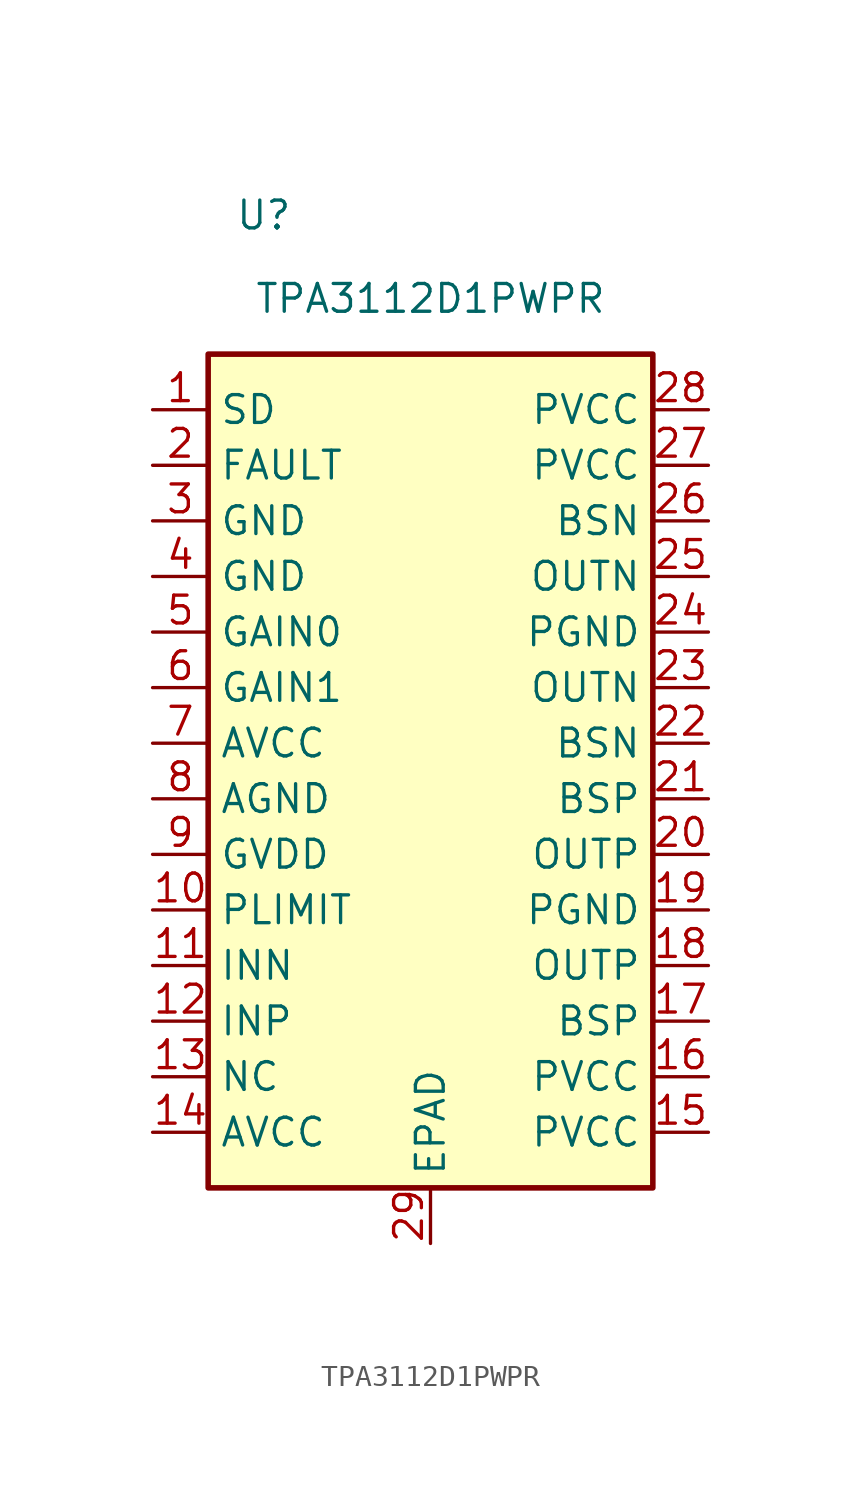
<source format=kicad_sym>
(kicad_symbol_lib
  (version 20220914)
  (generator kicad_symbol_editor)
  (symbol "TPA3112D1PWPR"
    (property "Reference" "U"
      (at 2.54 3.81 0)
      (effects (font (size 1.27 1.27))))
    (property "Value" "TPA3112D1PWPR"
      (at 10.16 0 0)
      (effects (font (size 1.27 1.27))))
    (symbol "TPA3112D1PWPR_0_1"
      (rectangle (start 0 -2.54) (end 20.32 -40.64) (stroke (width 0.254) (type default)) (fill (type background))))
    (symbol "TPA3112D1PWPR_1_1"
      (pin unspecified line (at -2.54 -5.08 0) (length 2.54) (name "SD" (effects (font (size 1.27 1.27)))) (number "1" (effects (font (size 1.27 1.27)))))
      (pin unspecified line (at -2.54 -27.94 0) (length 2.54) (name "PLIMIT" (effects (font (size 1.27 1.27)))) (number "10" (effects (font (size 1.27 1.27)))))
      (pin unspecified line (at -2.54 -30.48 0) (length 2.54) (name "INN" (effects (font (size 1.27 1.27)))) (number "11" (effects (font (size 1.27 1.27)))))
      (pin unspecified line (at -2.54 -33.02 0) (length 2.54) (name "INP" (effects (font (size 1.27 1.27)))) (number "12" (effects (font (size 1.27 1.27)))))
      (pin unspecified line (at -2.54 -35.56 0) (length 2.54) (name "NC" (effects (font (size 1.27 1.27)))) (number "13" (effects (font (size 1.27 1.27)))))
      (pin unspecified line (at -2.54 -38.1 0) (length 2.54) (name "AVCC" (effects (font (size 1.27 1.27)))) (number "14" (effects (font (size 1.27 1.27)))))
      (pin unspecified line (at 22.86 -38.1 180) (length 2.54) (name "PVCC" (effects (font (size 1.27 1.27)))) (number "15" (effects (font (size 1.27 1.27)))))
      (pin unspecified line (at 22.86 -35.56 180) (length 2.54) (name "PVCC" (effects (font (size 1.27 1.27)))) (number "16" (effects (font (size 1.27 1.27)))))
      (pin unspecified line (at 22.86 -33.02 180) (length 2.54) (name "BSP" (effects (font (size 1.27 1.27)))) (number "17" (effects (font (size 1.27 1.27)))))
      (pin unspecified line (at 22.86 -30.48 180) (length 2.54) (name "OUTP" (effects (font (size 1.27 1.27)))) (number "18" (effects (font (size 1.27 1.27)))))
      (pin unspecified line (at 22.86 -27.94 180) (length 2.54) (name "PGND" (effects (font (size 1.27 1.27)))) (number "19" (effects (font (size 1.27 1.27)))))
      (pin unspecified line (at -2.54 -7.62 0) (length 2.54) (name "FAULT" (effects (font (size 1.27 1.27)))) (number "2" (effects (font (size 1.27 1.27)))))
      (pin unspecified line (at 22.86 -25.4 180) (length 2.54) (name "OUTP" (effects (font (size 1.27 1.27)))) (number "20" (effects (font (size 1.27 1.27)))))
      (pin unspecified line (at 22.86 -22.86 180) (length 2.54) (name "BSP" (effects (font (size 1.27 1.27)))) (number "21" (effects (font (size 1.27 1.27)))))
      (pin unspecified line (at 22.86 -20.32 180) (length 2.54) (name "BSN" (effects (font (size 1.27 1.27)))) (number "22" (effects (font (size 1.27 1.27)))))
      (pin unspecified line (at 22.86 -17.78 180) (length 2.54) (name "OUTN" (effects (font (size 1.27 1.27)))) (number "23" (effects (font (size 1.27 1.27)))))
      (pin unspecified line (at 22.86 -15.24 180) (length 2.54) (name "PGND" (effects (font (size 1.27 1.27)))) (number "24" (effects (font (size 1.27 1.27)))))
      (pin unspecified line (at 22.86 -12.7 180) (length 2.54) (name "OUTN" (effects (font (size 1.27 1.27)))) (number "25" (effects (font (size 1.27 1.27)))))
      (pin unspecified line (at 22.86 -10.16 180) (length 2.54) (name "BSN" (effects (font (size 1.27 1.27)))) (number "26" (effects (font (size 1.27 1.27)))))
      (pin unspecified line (at 22.86 -7.62 180) (length 2.54) (name "PVCC" (effects (font (size 1.27 1.27)))) (number "27" (effects (font (size 1.27 1.27)))))
      (pin unspecified line (at 22.86 -5.08 180) (length 2.54) (name "PVCC" (effects (font (size 1.27 1.27)))) (number "28" (effects (font (size 1.27 1.27)))))
      (pin unspecified line (at 10.16 -43.18 90) (length 2.54) (name "EPAD" (effects (font (size 1.27 1.27)))) (number "29" (effects (font (size 1.27 1.27)))))
      (pin unspecified line (at -2.54 -10.16 0) (length 2.54) (name "GND" (effects (font (size 1.27 1.27)))) (number "3" (effects (font (size 1.27 1.27)))))
      (pin unspecified line (at -2.54 -12.7 0) (length 2.54) (name "GND" (effects (font (size 1.27 1.27)))) (number "4" (effects (font (size 1.27 1.27)))))
      (pin unspecified line (at -2.54 -15.24 0) (length 2.54) (name "GAIN0" (effects (font (size 1.27 1.27)))) (number "5" (effects (font (size 1.27 1.27)))))
      (pin unspecified line (at -2.54 -17.78 0) (length 2.54) (name "GAIN1" (effects (font (size 1.27 1.27)))) (number "6" (effects (font (size 1.27 1.27)))))
      (pin unspecified line (at -2.54 -20.32 0) (length 2.54) (name "AVCC" (effects (font (size 1.27 1.27)))) (number "7" (effects (font (size 1.27 1.27)))))
      (pin unspecified line (at -2.54 -22.86 0) (length 2.54) (name "AGND" (effects (font (size 1.27 1.27)))) (number "8" (effects (font (size 1.27 1.27)))))
      (pin unspecified line (at -2.54 -25.4 0) (length 2.54) (name "GVDD" (effects (font (size 1.27 1.27)))) (number "9" (effects (font (size 1.27 1.27))))))))
</source>
